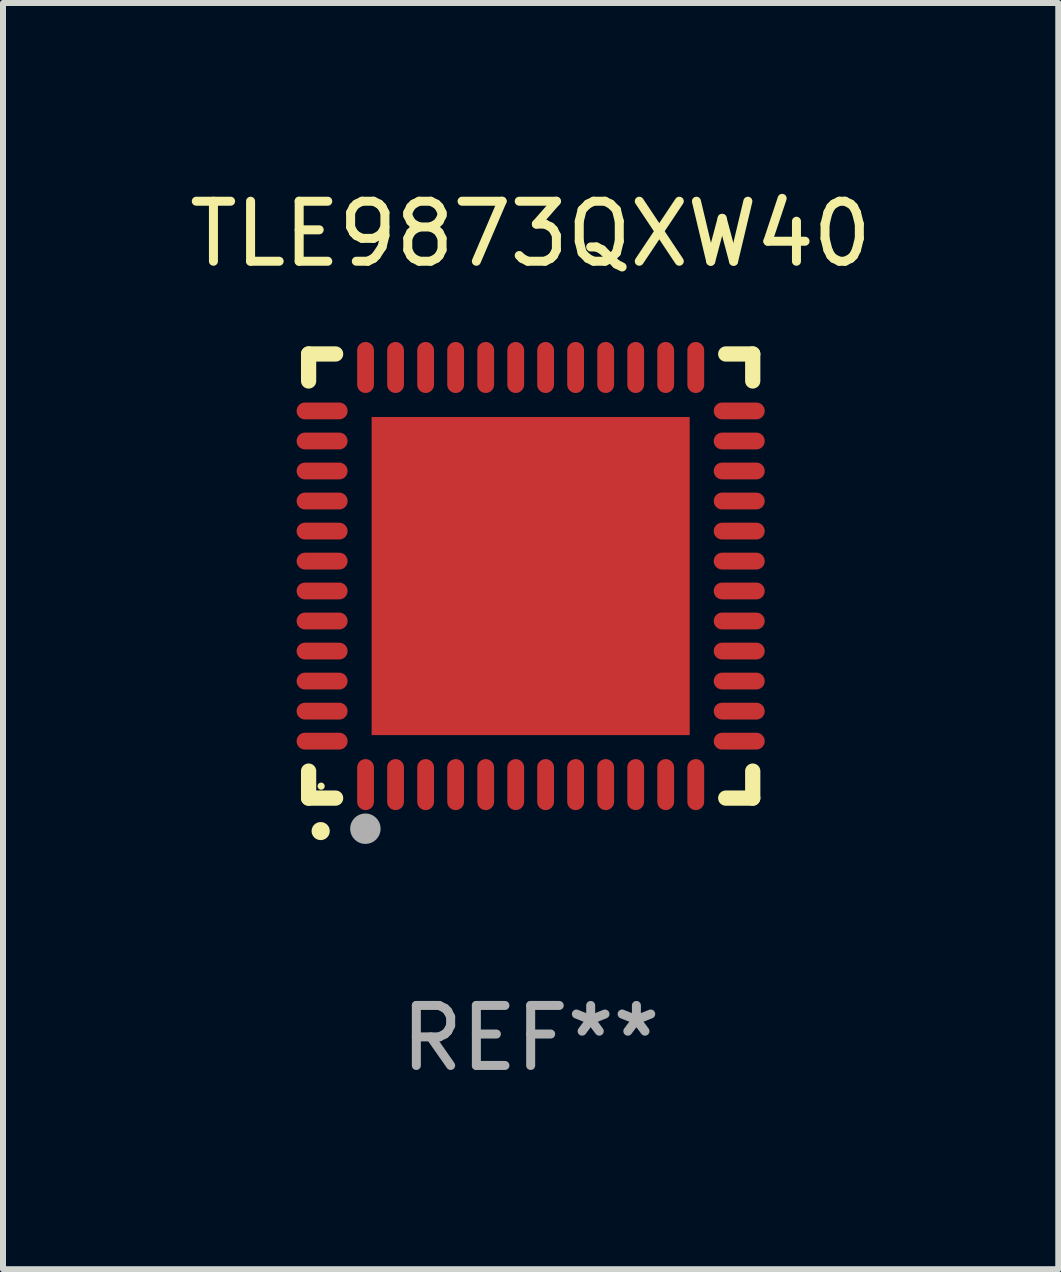
<source format=kicad_pcb>
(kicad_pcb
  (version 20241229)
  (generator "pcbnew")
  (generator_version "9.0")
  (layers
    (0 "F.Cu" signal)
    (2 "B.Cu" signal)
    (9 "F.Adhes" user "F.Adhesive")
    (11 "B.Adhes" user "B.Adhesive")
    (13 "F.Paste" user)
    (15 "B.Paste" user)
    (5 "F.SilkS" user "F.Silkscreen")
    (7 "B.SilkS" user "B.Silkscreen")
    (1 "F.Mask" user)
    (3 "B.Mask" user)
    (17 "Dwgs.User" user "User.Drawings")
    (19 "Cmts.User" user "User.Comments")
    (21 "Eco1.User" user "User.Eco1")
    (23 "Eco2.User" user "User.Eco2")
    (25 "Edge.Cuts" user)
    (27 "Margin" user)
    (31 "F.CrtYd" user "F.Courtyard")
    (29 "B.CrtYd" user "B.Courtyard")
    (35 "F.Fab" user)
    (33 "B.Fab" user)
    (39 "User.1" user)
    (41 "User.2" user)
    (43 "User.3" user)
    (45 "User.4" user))
  (footprint "TLE9873QXW40"
    (layer "F.Cu")
    (at 5.792 6.548)
    (property "Reference" "TLE9873QXW40" (at 0 -5.7 0) (layer "F.SilkS") (effects (font (size 1 1) (thickness 0.15))))
    (attr through_hole)
    (fp_line (start -3.7 -3.7) (end -3.25 -3.7) (stroke (width 0.254) (type solid)) (layer "F.SilkS"))
    (fp_line (start -3.7 -3.25) (end -3.7 -3.7) (stroke (width 0.254) (type solid)) (layer "F.SilkS"))
    (fp_line (start -3.7 3.7) (end -3.7 3.25) (stroke (width 0.254) (type solid)) (layer "F.SilkS"))
    (fp_line (start -3.25 3.7) (end -3.7 3.7) (stroke (width 0.254) (type solid)) (layer "F.SilkS"))
    (fp_line (start 3.25 3.7) (end 3.7 3.7) (stroke (width 0.254) (type solid)) (layer "F.SilkS"))
    (fp_line (start 3.7 -3.7) (end 3.25 -3.7) (stroke (width 0.254) (type solid)) (layer "F.SilkS"))
    (fp_line (start 3.7 -3.25) (end 3.7 -3.7) (stroke (width 0.254) (type solid)) (layer "F.SilkS"))
    (fp_line (start 3.7 3.7) (end 3.7 3.25) (stroke (width 0.254) (type solid)) (layer "F.SilkS"))
    (fp_arc (start -3.500127 4.249428) (mid -3.498857 4.249423) (end -3.497587 4.249428) (stroke (width 0.3) (type solid)) (layer "F.SilkS"))
    (fp_circle (center -3.491 3.501) (end -3.461 3.501) (stroke (width 0.06) (type solid)) (fill no) (layer "F.SilkS"))
    (fp_circle (center -2.754 4.21) (end -2.627 4.21) (stroke (width 0.254) (type solid)) (fill no) (layer "F.Fab"))
    (fp_text user "REF**" (at 0 7.7 0) (layer "F.Fab") (effects (font (size 1 1) (thickness 0.15))))
    (pad "1" smd oval (at -2.751 3.475) (size 0.28 0.85) (layers "F.Cu" "F.Mask" "F.Paste"))
    (pad "2" smd oval (at -2.251 3.475) (size 0.28 0.85) (layers "F.Cu" "F.Mask" "F.Paste"))
    (pad "3" smd oval (at -1.75 3.475) (size 0.28 0.85) (layers "F.Cu" "F.Mask" "F.Paste"))
    (pad "4" smd oval (at -1.25 3.475) (size 0.28 0.85) (layers "F.Cu" "F.Mask" "F.Paste"))
    (pad "5" smd oval (at -0.749 3.475) (size 0.28 0.85) (layers "F.Cu" "F.Mask" "F.Paste"))
    (pad "6" smd oval (at -0.249 3.475) (size 0.28 0.85) (layers "F.Cu" "F.Mask" "F.Paste"))
    (pad "7" smd oval (at 0.249 3.475) (size 0.28 0.85) (layers "F.Cu" "F.Mask" "F.Paste"))
    (pad "8" smd oval (at 0.749 3.475) (size 0.28 0.85) (layers "F.Cu" "F.Mask" "F.Paste"))
    (pad "9" smd oval (at 1.25 3.475) (size 0.28 0.85) (layers "F.Cu" "F.Mask" "F.Paste"))
    (pad "10" smd oval (at 1.75 3.475) (size 0.28 0.85) (layers "F.Cu" "F.Mask" "F.Paste"))
    (pad "11" smd oval (at 2.25 3.475) (size 0.28 0.85) (layers "F.Cu" "F.Mask" "F.Paste"))
    (pad "12" smd oval (at 2.751 3.475) (size 0.28 0.85) (layers "F.Cu" "F.Mask" "F.Paste"))
    (pad "13" smd oval (at 3.475 2.751) (size 0.85 0.28) (layers "F.Cu" "F.Mask" "F.Paste"))
    (pad "14" smd oval (at 3.475 2.251) (size 0.85 0.28) (layers "F.Cu" "F.Mask" "F.Paste"))
    (pad "15" smd oval (at 3.475 1.75) (size 0.85 0.28) (layers "F.Cu" "F.Mask" "F.Paste"))
    (pad "16" smd oval (at 3.475 1.25) (size 0.85 0.28) (layers "F.Cu" "F.Mask" "F.Paste"))
    (pad "17" smd oval (at 3.475 0.749) (size 0.85 0.28) (layers "F.Cu" "F.Mask" "F.Paste"))
    (pad "18" smd oval (at 3.475 0.249) (size 0.85 0.28) (layers "F.Cu" "F.Mask" "F.Paste"))
    (pad "19" smd oval (at 3.475 -0.249) (size 0.85 0.28) (layers "F.Cu" "F.Mask" "F.Paste"))
    (pad "20" smd oval (at 3.475 -0.749) (size 0.85 0.28) (layers "F.Cu" "F.Mask" "F.Paste"))
    (pad "21" smd oval (at 3.475 -1.25) (size 0.85 0.28) (layers "F.Cu" "F.Mask" "F.Paste"))
    (pad "22" smd oval (at 3.475 -1.75) (size 0.85 0.28) (layers "F.Cu" "F.Mask" "F.Paste"))
    (pad "23" smd oval (at 3.475 -2.25) (size 0.85 0.28) (layers "F.Cu" "F.Mask" "F.Paste"))
    (pad "24" smd oval (at 3.475 -2.751) (size 0.85 0.28) (layers "F.Cu" "F.Mask" "F.Paste"))
    (pad "25" smd oval (at 2.751 -3.475) (size 0.28 0.85) (layers "F.Cu" "F.Mask" "F.Paste"))
    (pad "26" smd oval (at 2.25 -3.475) (size 0.28 0.85) (layers "F.Cu" "F.Mask" "F.Paste"))
    (pad "27" smd oval (at 1.75 -3.475) (size 0.28 0.85) (layers "F.Cu" "F.Mask" "F.Paste"))
    (pad "28" smd oval (at 1.25 -3.475) (size 0.28 0.85) (layers "F.Cu" "F.Mask" "F.Paste"))
    (pad "29" smd oval (at 0.749 -3.475) (size 0.28 0.85) (layers "F.Cu" "F.Mask" "F.Paste"))
    (pad "30" smd oval (at 0.249 -3.475) (size 0.28 0.85) (layers "F.Cu" "F.Mask" "F.Paste"))
    (pad "31" smd oval (at -0.249 -3.475) (size 0.28 0.85) (layers "F.Cu" "F.Mask" "F.Paste"))
    (pad "32" smd oval (at -0.749 -3.475) (size 0.28 0.85) (layers "F.Cu" "F.Mask" "F.Paste"))
    (pad "33" smd oval (at -1.25 -3.475) (size 0.28 0.85) (layers "F.Cu" "F.Mask" "F.Paste"))
    (pad "34" smd oval (at -1.75 -3.475) (size 0.28 0.85) (layers "F.Cu" "F.Mask" "F.Paste"))
    (pad "35" smd oval (at -2.251 -3.475) (size 0.28 0.85) (layers "F.Cu" "F.Mask" "F.Paste"))
    (pad "36" smd oval (at -2.751 -3.475) (size 0.28 0.85) (layers "F.Cu" "F.Mask" "F.Paste"))
    (pad "37" smd oval (at -3.475 -2.751) (size 0.85 0.28) (layers "F.Cu" "F.Mask" "F.Paste"))
    (pad "38" smd oval (at -3.475 -2.25) (size 0.85 0.28) (layers "F.Cu" "F.Mask" "F.Paste"))
    (pad "39" smd oval (at -3.475 -1.75) (size 0.85 0.28) (layers "F.Cu" "F.Mask" "F.Paste"))
    (pad "40" smd oval (at -3.475 -1.25) (size 0.85 0.28) (layers "F.Cu" "F.Mask" "F.Paste"))
    (pad "41" smd oval (at -3.475 -0.749) (size 0.85 0.28) (layers "F.Cu" "F.Mask" "F.Paste"))
    (pad "42" smd oval (at -3.475 -0.249) (size 0.85 0.28) (layers "F.Cu" "F.Mask" "F.Paste"))
    (pad "43" smd oval (at -3.475 0.249) (size 0.85 0.28) (layers "F.Cu" "F.Mask" "F.Paste"))
    (pad "44" smd oval (at -3.475 0.749) (size 0.85 0.28) (layers "F.Cu" "F.Mask" "F.Paste"))
    (pad "45" smd oval (at -3.475 1.25) (size 0.85 0.28) (layers "F.Cu" "F.Mask" "F.Paste"))
    (pad "46" smd oval (at -3.475 1.75) (size 0.85 0.28) (layers "F.Cu" "F.Mask" "F.Paste"))
    (pad "47" smd oval (at -3.475 2.251) (size 0.85 0.28) (layers "F.Cu" "F.Mask" "F.Paste"))
    (pad "48" smd oval (at -3.475 2.751) (size 0.85 0.28) (layers "F.Cu" "F.Mask" "F.Paste"))
    (pad "49" smd rect (at -0.000102 0.000102) (size 5.3 5.3) (layers "F.Cu" "F.Mask" "F.Paste")))
  (gr_rect
    (start -3 -3)
    (end 14.583 18.097)
    (stroke (width 0.1) (type default))
    (fill no)
    (layer "Edge.Cuts")))
</source>
